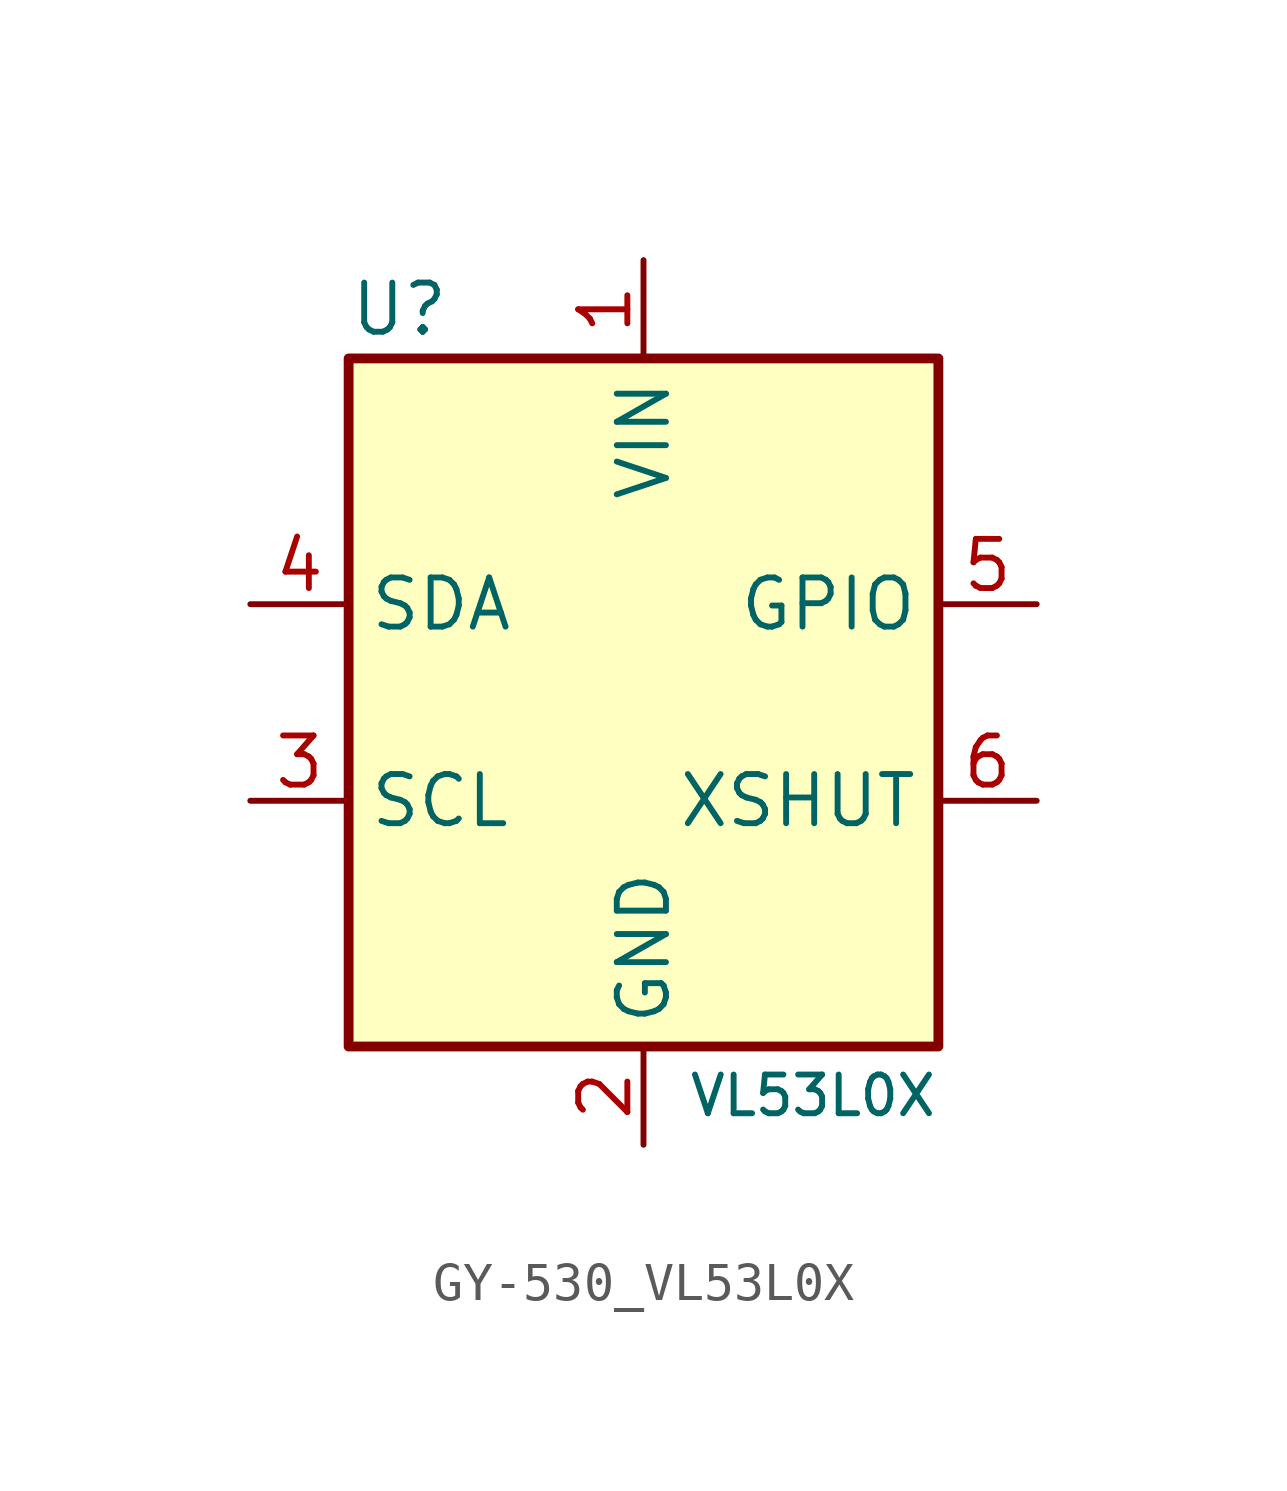
<source format=kicad_sym>
(kicad_symbol_lib
  (version 20220914)
  (generator kicad_symbol_editor)
  (symbol "GY-530_VL53L0X"
    (property "Reference" "U"
      (at -7.62 10.16 0)
      (do_not_autoplace)
      (effects (font (size 1.27 1.27)) (justify left)))
    (property "Value" "VL53L0X"
      (at 7.62 -10.16 0)
      (do_not_autoplace)
      (effects (font (size 1 1)) (justify right)))
    (symbol "GY-530_VL53L0X_0_1"
      (rectangle (start -7.62 8.89) (end 7.62 -8.89) (stroke (width 0.254) (type default)) (fill (type background))))
    (symbol "GY-530_VL53L0X_1_1"
      (pin power_in line (at 0 11.43 270) (length 2.54) (name "VIN" (effects (font (size 1.27 1.27)))) (number "1" (effects (font (size 1.27 1.27)))))
      (pin power_in line (at 0 -11.43 90) (length 2.54) (name "GND" (effects (font (size 1.27 1.27)))) (number "2" (effects (font (size 1.27 1.27)))))
      (pin input line (at -10.16 -2.54 0) (length 2.54) (name "SCL" (effects (font (size 1.27 1.27)))) (number "3" (effects (font (size 1.27 1.27)))))
      (pin bidirectional line (at -10.16 2.54 0) (length 2.54) (name "SDA" (effects (font (size 1.27 1.27)))) (number "4" (effects (font (size 1.27 1.27)))))
      (pin open_collector line (at 10.16 2.54 180) (length 2.54) (name "GPIO" (effects (font (size 1.27 1.27)))) (number "5" (effects (font (size 1.27 1.27)))))
      (pin input line (at 10.16 -2.54 180) (length 2.54) (name "XSHUT" (effects (font (size 1.27 1.27)))) (number "6" (effects (font (size 1.27 1.27))))))))
</source>
